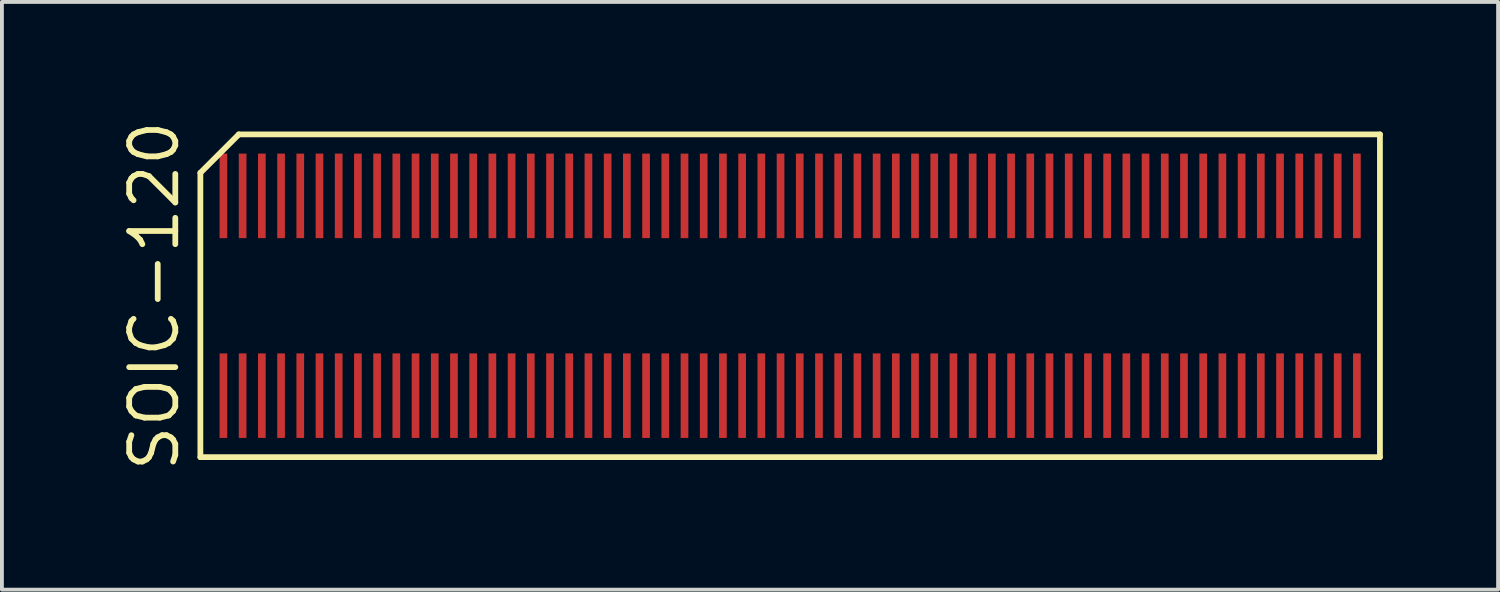
<source format=kicad_pcb>
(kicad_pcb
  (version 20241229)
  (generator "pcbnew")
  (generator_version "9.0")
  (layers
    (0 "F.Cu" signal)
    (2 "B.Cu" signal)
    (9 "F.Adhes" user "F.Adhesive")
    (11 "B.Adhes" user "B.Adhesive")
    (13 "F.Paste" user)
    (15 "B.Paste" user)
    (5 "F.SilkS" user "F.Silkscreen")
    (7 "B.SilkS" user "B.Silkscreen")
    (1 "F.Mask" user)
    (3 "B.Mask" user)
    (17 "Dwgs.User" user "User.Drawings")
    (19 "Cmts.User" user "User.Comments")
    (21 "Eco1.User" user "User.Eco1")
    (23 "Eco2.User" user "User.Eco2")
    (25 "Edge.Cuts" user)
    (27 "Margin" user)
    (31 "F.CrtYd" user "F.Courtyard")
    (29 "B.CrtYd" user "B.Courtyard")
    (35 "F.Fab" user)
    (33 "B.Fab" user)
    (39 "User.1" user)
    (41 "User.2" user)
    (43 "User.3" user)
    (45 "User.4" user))
  (footprint "SOIC-120"
    (layer "F.Cu")
    (at 17.515 4.648)
    (property "Reference" "SOIC-120" (at -16.55 0 90) (layer "F.SilkS") (effects (font (size 1.2 1.2) (thickness 0.15))))
    (attr through_hole)
    (fp_line (start -15.35 -3.2) (end -15.35 4.2) (stroke (width 0.15) (type solid)) (layer "F.SilkS"))
    (fp_line (start -15.35 4.2) (end 15.35 4.2) (stroke (width 0.15) (type solid)) (layer "F.SilkS"))
    (fp_line (start -14.35 -4.2) (end -15.35 -3.2) (stroke (width 0.15) (type solid)) (layer "F.SilkS"))
    (fp_line (start 15.35 -4.2) (end -14.35 -4.2) (stroke (width 0.15) (type solid)) (layer "F.SilkS"))
    (fp_line (start 15.35 4.2) (end 15.35 -4.2) (stroke (width 0.15) (type solid)) (layer "F.SilkS"))
    (pad "1" smd rect (at -14.75 2.6) (size 0.2 2.2) (layers "F.Cu" "F.Mask" "F.Paste"))
    (pad "2" smd rect (at -14.25 2.6) (size 0.2 2.2) (layers "F.Cu" "F.Mask" "F.Paste"))
    (pad "3" smd rect (at -13.75 2.6) (size 0.2 2.2) (layers "F.Cu" "F.Mask" "F.Paste"))
    (pad "4" smd rect (at -13.25 2.6) (size 0.2 2.2) (layers "F.Cu" "F.Mask" "F.Paste"))
    (pad "5" smd rect (at -12.75 2.6) (size 0.2 2.2) (layers "F.Cu" "F.Mask" "F.Paste"))
    (pad "6" smd rect (at -12.25 2.6) (size 0.2 2.2) (layers "F.Cu" "F.Mask" "F.Paste"))
    (pad "7" smd rect (at -11.75 2.6) (size 0.2 2.2) (layers "F.Cu" "F.Mask" "F.Paste"))
    (pad "8" smd rect (at -11.25 2.6) (size 0.2 2.2) (layers "F.Cu" "F.Mask" "F.Paste"))
    (pad "9" smd rect (at -10.75 2.6) (size 0.2 2.2) (layers "F.Cu" "F.Mask" "F.Paste"))
    (pad "10" smd rect (at -10.25 2.6) (size 0.2 2.2) (layers "F.Cu" "F.Mask" "F.Paste"))
    (pad "11" smd rect (at -9.75 2.6) (size 0.2 2.2) (layers "F.Cu" "F.Mask" "F.Paste"))
    (pad "12" smd rect (at -9.25 2.6) (size 0.2 2.2) (layers "F.Cu" "F.Mask" "F.Paste"))
    (pad "13" smd rect (at -8.75 2.6) (size 0.2 2.2) (layers "F.Cu" "F.Mask" "F.Paste"))
    (pad "14" smd rect (at -8.25 2.6) (size 0.2 2.2) (layers "F.Cu" "F.Mask" "F.Paste"))
    (pad "15" smd rect (at -7.75 2.6) (size 0.2 2.2) (layers "F.Cu" "F.Mask" "F.Paste"))
    (pad "16" smd rect (at -7.25 2.6) (size 0.2 2.2) (layers "F.Cu" "F.Mask" "F.Paste"))
    (pad "17" smd rect (at -6.75 2.6) (size 0.2 2.2) (layers "F.Cu" "F.Mask" "F.Paste"))
    (pad "18" smd rect (at -6.25 2.6) (size 0.2 2.2) (layers "F.Cu" "F.Mask" "F.Paste"))
    (pad "19" smd rect (at -5.75 2.6) (size 0.2 2.2) (layers "F.Cu" "F.Mask" "F.Paste"))
    (pad "20" smd rect (at -5.25 2.6) (size 0.2 2.2) (layers "F.Cu" "F.Mask" "F.Paste"))
    (pad "21" smd rect (at -4.75 2.6) (size 0.2 2.2) (layers "F.Cu" "F.Mask" "F.Paste"))
    (pad "22" smd rect (at -4.25 2.6) (size 0.2 2.2) (layers "F.Cu" "F.Mask" "F.Paste"))
    (pad "23" smd rect (at -3.75 2.6) (size 0.2 2.2) (layers "F.Cu" "F.Mask" "F.Paste"))
    (pad "24" smd rect (at -3.25 2.6) (size 0.2 2.2) (layers "F.Cu" "F.Mask" "F.Paste"))
    (pad "25" smd rect (at -2.75 2.6) (size 0.2 2.2) (layers "F.Cu" "F.Mask" "F.Paste"))
    (pad "26" smd rect (at -2.25 2.6) (size 0.2 2.2) (layers "F.Cu" "F.Mask" "F.Paste"))
    (pad "27" smd rect (at -1.75 2.6) (size 0.2 2.2) (layers "F.Cu" "F.Mask" "F.Paste"))
    (pad "28" smd rect (at -1.25 2.6) (size 0.2 2.2) (layers "F.Cu" "F.Mask" "F.Paste"))
    (pad "29" smd rect (at -0.75 2.6) (size 0.2 2.2) (layers "F.Cu" "F.Mask" "F.Paste"))
    (pad "30" smd rect (at -0.25 2.6) (size 0.2 2.2) (layers "F.Cu" "F.Mask" "F.Paste"))
    (pad "31" smd rect (at 0.25 2.6) (size 0.2 2.2) (layers "F.Cu" "F.Mask" "F.Paste"))
    (pad "32" smd rect (at 0.75 2.6) (size 0.2 2.2) (layers "F.Cu" "F.Mask" "F.Paste"))
    (pad "33" smd rect (at 1.25 2.6) (size 0.2 2.2) (layers "F.Cu" "F.Mask" "F.Paste"))
    (pad "34" smd rect (at 1.75 2.6) (size 0.2 2.2) (layers "F.Cu" "F.Mask" "F.Paste"))
    (pad "35" smd rect (at 2.25 2.6) (size 0.2 2.2) (layers "F.Cu" "F.Mask" "F.Paste"))
    (pad "36" smd rect (at 2.75 2.6) (size 0.2 2.2) (layers "F.Cu" "F.Mask" "F.Paste"))
    (pad "37" smd rect (at 3.25 2.6) (size 0.2 2.2) (layers "F.Cu" "F.Mask" "F.Paste"))
    (pad "38" smd rect (at 3.75 2.6) (size 0.2 2.2) (layers "F.Cu" "F.Mask" "F.Paste"))
    (pad "39" smd rect (at 4.25 2.6) (size 0.2 2.2) (layers "F.Cu" "F.Mask" "F.Paste"))
    (pad "40" smd rect (at 4.75 2.6) (size 0.2 2.2) (layers "F.Cu" "F.Mask" "F.Paste"))
    (pad "41" smd rect (at 5.25 2.6) (size 0.2 2.2) (layers "F.Cu" "F.Mask" "F.Paste"))
    (pad "42" smd rect (at 5.75 2.6) (size 0.2 2.2) (layers "F.Cu" "F.Mask" "F.Paste"))
    (pad "43" smd rect (at 6.25 2.6) (size 0.2 2.2) (layers "F.Cu" "F.Mask" "F.Paste"))
    (pad "44" smd rect (at 6.75 2.6) (size 0.2 2.2) (layers "F.Cu" "F.Mask" "F.Paste"))
    (pad "45" smd rect (at 7.25 2.6) (size 0.2 2.2) (layers "F.Cu" "F.Mask" "F.Paste"))
    (pad "46" smd rect (at 7.75 2.6) (size 0.2 2.2) (layers "F.Cu" "F.Mask" "F.Paste"))
    (pad "47" smd rect (at 8.25 2.6) (size 0.2 2.2) (layers "F.Cu" "F.Mask" "F.Paste"))
    (pad "48" smd rect (at 8.75 2.6) (size 0.2 2.2) (layers "F.Cu" "F.Mask" "F.Paste"))
    (pad "49" smd rect (at 9.25 2.6) (size 0.2 2.2) (layers "F.Cu" "F.Mask" "F.Paste"))
    (pad "50" smd rect (at 9.75 2.6) (size 0.2 2.2) (layers "F.Cu" "F.Mask" "F.Paste"))
    (pad "51" smd rect (at 10.25 2.6) (size 0.2 2.2) (layers "F.Cu" "F.Mask" "F.Paste"))
    (pad "52" smd rect (at 10.75 2.6) (size 0.2 2.2) (layers "F.Cu" "F.Mask" "F.Paste"))
    (pad "53" smd rect (at 11.25 2.6) (size 0.2 2.2) (layers "F.Cu" "F.Mask" "F.Paste"))
    (pad "54" smd rect (at 11.75 2.6) (size 0.2 2.2) (layers "F.Cu" "F.Mask" "F.Paste"))
    (pad "55" smd rect (at 12.25 2.6) (size 0.2 2.2) (layers "F.Cu" "F.Mask" "F.Paste"))
    (pad "56" smd rect (at 12.75 2.6) (size 0.2 2.2) (layers "F.Cu" "F.Mask" "F.Paste"))
    (pad "57" smd rect (at 13.25 2.6) (size 0.2 2.2) (layers "F.Cu" "F.Mask" "F.Paste"))
    (pad "58" smd rect (at 13.75 2.6) (size 0.2 2.2) (layers "F.Cu" "F.Mask" "F.Paste"))
    (pad "59" smd rect (at 14.25 2.6) (size 0.2 2.2) (layers "F.Cu" "F.Mask" "F.Paste"))
    (pad "60" smd rect (at 14.75 2.6) (size 0.2 2.2) (layers "F.Cu" "F.Mask" "F.Paste"))
    (pad "61" smd rect (at 14.75 -2.6) (size 0.2 2.2) (layers "F.Cu" "F.Mask" "F.Paste"))
    (pad "62" smd rect (at 14.25 -2.6) (size 0.2 2.2) (layers "F.Cu" "F.Mask" "F.Paste"))
    (pad "63" smd rect (at 13.75 -2.6) (size 0.2 2.2) (layers "F.Cu" "F.Mask" "F.Paste"))
    (pad "64" smd rect (at 13.25 -2.6) (size 0.2 2.2) (layers "F.Cu" "F.Mask" "F.Paste"))
    (pad "65" smd rect (at 12.75 -2.6) (size 0.2 2.2) (layers "F.Cu" "F.Mask" "F.Paste"))
    (pad "66" smd rect (at 12.25 -2.6) (size 0.2 2.2) (layers "F.Cu" "F.Mask" "F.Paste"))
    (pad "67" smd rect (at 11.75 -2.6) (size 0.2 2.2) (layers "F.Cu" "F.Mask" "F.Paste"))
    (pad "68" smd rect (at 11.25 -2.6) (size 0.2 2.2) (layers "F.Cu" "F.Mask" "F.Paste"))
    (pad "69" smd rect (at 10.75 -2.6) (size 0.2 2.2) (layers "F.Cu" "F.Mask" "F.Paste"))
    (pad "70" smd rect (at 10.25 -2.6) (size 0.2 2.2) (layers "F.Cu" "F.Mask" "F.Paste"))
    (pad "71" smd rect (at 9.75 -2.6) (size 0.2 2.2) (layers "F.Cu" "F.Mask" "F.Paste"))
    (pad "72" smd rect (at 9.25 -2.6) (size 0.2 2.2) (layers "F.Cu" "F.Mask" "F.Paste"))
    (pad "73" smd rect (at 8.75 -2.6) (size 0.2 2.2) (layers "F.Cu" "F.Mask" "F.Paste"))
    (pad "74" smd rect (at 8.25 -2.6) (size 0.2 2.2) (layers "F.Cu" "F.Mask" "F.Paste"))
    (pad "75" smd rect (at 7.75 -2.6) (size 0.2 2.2) (layers "F.Cu" "F.Mask" "F.Paste"))
    (pad "76" smd rect (at 7.25 -2.6) (size 0.2 2.2) (layers "F.Cu" "F.Mask" "F.Paste"))
    (pad "77" smd rect (at 6.75 -2.6) (size 0.2 2.2) (layers "F.Cu" "F.Mask" "F.Paste"))
    (pad "78" smd rect (at 6.25 -2.6) (size 0.2 2.2) (layers "F.Cu" "F.Mask" "F.Paste"))
    (pad "79" smd rect (at 5.75 -2.6) (size 0.2 2.2) (layers "F.Cu" "F.Mask" "F.Paste"))
    (pad "80" smd rect (at 5.25 -2.6) (size 0.2 2.2) (layers "F.Cu" "F.Mask" "F.Paste"))
    (pad "81" smd rect (at 4.75 -2.6) (size 0.2 2.2) (layers "F.Cu" "F.Mask" "F.Paste"))
    (pad "82" smd rect (at 4.25 -2.6) (size 0.2 2.2) (layers "F.Cu" "F.Mask" "F.Paste"))
    (pad "83" smd rect (at 3.75 -2.6) (size 0.2 2.2) (layers "F.Cu" "F.Mask" "F.Paste"))
    (pad "84" smd rect (at 3.25 -2.6) (size 0.2 2.2) (layers "F.Cu" "F.Mask" "F.Paste"))
    (pad "85" smd rect (at 2.75 -2.6) (size 0.2 2.2) (layers "F.Cu" "F.Mask" "F.Paste"))
    (pad "86" smd rect (at 2.25 -2.6) (size 0.2 2.2) (layers "F.Cu" "F.Mask" "F.Paste"))
    (pad "87" smd rect (at 1.75 -2.6) (size 0.2 2.2) (layers "F.Cu" "F.Mask" "F.Paste"))
    (pad "88" smd rect (at 1.25 -2.6) (size 0.2 2.2) (layers "F.Cu" "F.Mask" "F.Paste"))
    (pad "89" smd rect (at 0.75 -2.6) (size 0.2 2.2) (layers "F.Cu" "F.Mask" "F.Paste"))
    (pad "90" smd rect (at 0.25 -2.6) (size 0.2 2.2) (layers "F.Cu" "F.Mask" "F.Paste"))
    (pad "91" smd rect (at -0.25 -2.6) (size 0.2 2.2) (layers "F.Cu" "F.Mask" "F.Paste"))
    (pad "92" smd rect (at -0.75 -2.6) (size 0.2 2.2) (layers "F.Cu" "F.Mask" "F.Paste"))
    (pad "93" smd rect (at -1.25 -2.6) (size 0.2 2.2) (layers "F.Cu" "F.Mask" "F.Paste"))
    (pad "94" smd rect (at -1.75 -2.6) (size 0.2 2.2) (layers "F.Cu" "F.Mask" "F.Paste"))
    (pad "95" smd rect (at -2.25 -2.6) (size 0.2 2.2) (layers "F.Cu" "F.Mask" "F.Paste"))
    (pad "96" smd rect (at -2.75 -2.6) (size 0.2 2.2) (layers "F.Cu" "F.Mask" "F.Paste"))
    (pad "97" smd rect (at -3.25 -2.6) (size 0.2 2.2) (layers "F.Cu" "F.Mask" "F.Paste"))
    (pad "98" smd rect (at -3.75 -2.6) (size 0.2 2.2) (layers "F.Cu" "F.Mask" "F.Paste"))
    (pad "99" smd rect (at -4.25 -2.6) (size 0.2 2.2) (layers "F.Cu" "F.Mask" "F.Paste"))
    (pad "100" smd rect (at -4.75 -2.6) (size 0.2 2.2) (layers "F.Cu" "F.Mask" "F.Paste"))
    (pad "101" smd rect (at -5.25 -2.6) (size 0.2 2.2) (layers "F.Cu" "F.Mask" "F.Paste"))
    (pad "102" smd rect (at -5.75 -2.6) (size 0.2 2.2) (layers "F.Cu" "F.Mask" "F.Paste"))
    (pad "103" smd rect (at -6.25 -2.6) (size 0.2 2.2) (layers "F.Cu" "F.Mask" "F.Paste"))
    (pad "104" smd rect (at -6.75 -2.6) (size 0.2 2.2) (layers "F.Cu" "F.Mask" "F.Paste"))
    (pad "105" smd rect (at -7.25 -2.6) (size 0.2 2.2) (layers "F.Cu" "F.Mask" "F.Paste"))
    (pad "106" smd rect (at -7.75 -2.6) (size 0.2 2.2) (layers "F.Cu" "F.Mask" "F.Paste"))
    (pad "107" smd rect (at -8.25 -2.6) (size 0.2 2.2) (layers "F.Cu" "F.Mask" "F.Paste"))
    (pad "108" smd rect (at -8.75 -2.6) (size 0.2 2.2) (layers "F.Cu" "F.Mask" "F.Paste"))
    (pad "109" smd rect (at -9.25 -2.6) (size 0.2 2.2) (layers "F.Cu" "F.Mask" "F.Paste"))
    (pad "110" smd rect (at -9.75 -2.6) (size 0.2 2.2) (layers "F.Cu" "F.Mask" "F.Paste"))
    (pad "111" smd rect (at -10.25 -2.6) (size 0.2 2.2) (layers "F.Cu" "F.Mask" "F.Paste"))
    (pad "112" smd rect (at -10.75 -2.6) (size 0.2 2.2) (layers "F.Cu" "F.Mask" "F.Paste"))
    (pad "113" smd rect (at -11.25 -2.6) (size 0.2 2.2) (layers "F.Cu" "F.Mask" "F.Paste"))
    (pad "114" smd rect (at -11.75 -2.6) (size 0.2 2.2) (layers "F.Cu" "F.Mask" "F.Paste"))
    (pad "115" smd rect (at -12.25 -2.6) (size 0.2 2.2) (layers "F.Cu" "F.Mask" "F.Paste"))
    (pad "116" smd rect (at -12.75 -2.6) (size 0.2 2.2) (layers "F.Cu" "F.Mask" "F.Paste"))
    (pad "117" smd rect (at -13.25 -2.6) (size 0.2 2.2) (layers "F.Cu" "F.Mask" "F.Paste"))
    (pad "118" smd rect (at -13.75 -2.6) (size 0.2 2.2) (layers "F.Cu" "F.Mask" "F.Paste"))
    (pad "119" smd rect (at -14.25 -2.6) (size 0.2 2.2) (layers "F.Cu" "F.Mask" "F.Paste"))
    (pad "120" smd rect (at -14.75 -2.6) (size 0.2 2.2) (layers "F.Cu" "F.Mask" "F.Paste")))
  (gr_rect
    (start -3 -3)
    (end 35.94 12.296)
    (stroke (width 0.1) (type default))
    (fill no)
    (layer "Edge.Cuts")))
</source>
